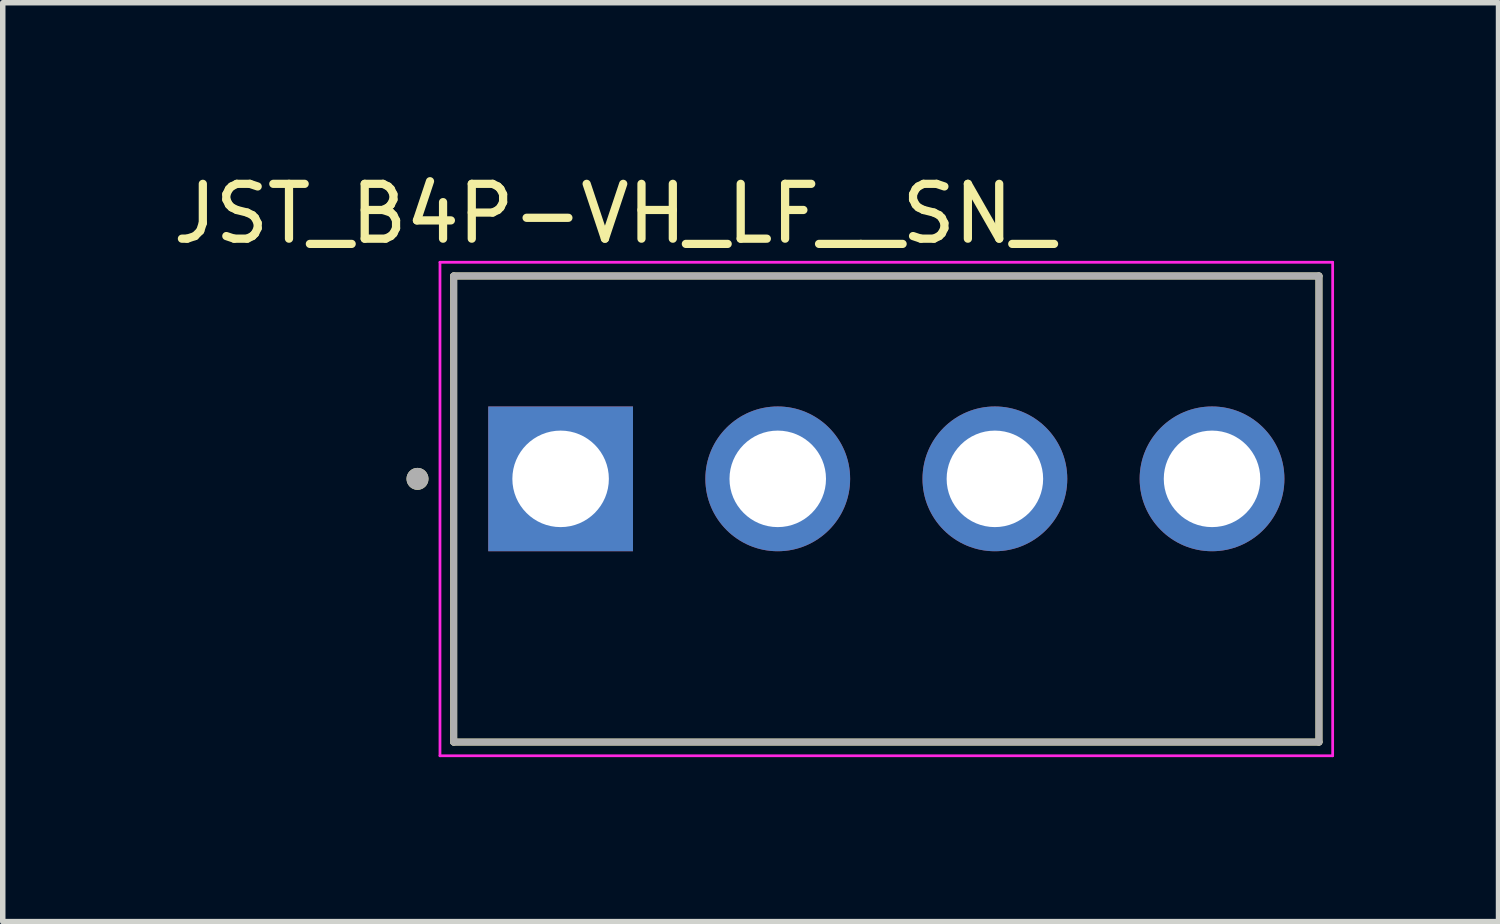
<source format=kicad_pcb>
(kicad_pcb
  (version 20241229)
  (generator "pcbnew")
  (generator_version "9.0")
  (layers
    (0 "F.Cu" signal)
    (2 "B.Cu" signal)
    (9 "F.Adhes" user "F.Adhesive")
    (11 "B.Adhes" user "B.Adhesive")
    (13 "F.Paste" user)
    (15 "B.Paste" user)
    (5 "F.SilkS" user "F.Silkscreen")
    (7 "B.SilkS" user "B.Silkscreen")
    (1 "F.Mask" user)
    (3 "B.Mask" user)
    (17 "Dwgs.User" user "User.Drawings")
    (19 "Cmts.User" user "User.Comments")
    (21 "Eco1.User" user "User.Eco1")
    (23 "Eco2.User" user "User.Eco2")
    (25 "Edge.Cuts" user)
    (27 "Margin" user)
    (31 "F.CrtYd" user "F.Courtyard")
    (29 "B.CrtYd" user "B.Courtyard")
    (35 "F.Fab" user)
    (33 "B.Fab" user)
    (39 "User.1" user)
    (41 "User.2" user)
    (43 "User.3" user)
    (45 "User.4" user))
  (footprint "JST_B4P-VH_LF__SN_"
    (layer "F.Cu")
    (at 13.114 5.683)
    (property "Reference" "JST_B4P-VH_LF__SN_" (at -4.965 -4.835 0) (layer "F.SilkS") (effects (font (size 1 1) (thickness 0.15))))
    (attr through_hole)
    (fp_line (start -7.89 -3.7) (end 7.89 -3.7) (stroke (width 0.127) (type solid)) (layer "F.SilkS"))
    (fp_line (start -7.89 4.8) (end -7.89 -3.7) (stroke (width 0.127) (type solid)) (layer "F.SilkS"))
    (fp_line (start 7.89 -3.7) (end 7.89 4.8) (stroke (width 0.127) (type solid)) (layer "F.SilkS"))
    (fp_line (start 7.89 4.8) (end -7.89 4.8) (stroke (width 0.127) (type solid)) (layer "F.SilkS"))
    (fp_circle (center -8.55 0) (end -8.45 0) (stroke (width 0.2) (type solid)) (fill no) (layer "F.SilkS"))
    (fp_line (start -8.14 -3.95) (end 8.14 -3.95) (stroke (width 0.05) (type solid)) (layer "F.CrtYd"))
    (fp_line (start -8.14 5.05) (end -8.14 -3.95) (stroke (width 0.05) (type solid)) (layer "F.CrtYd"))
    (fp_line (start 8.14 -3.95) (end 8.14 5.05) (stroke (width 0.05) (type solid)) (layer "F.CrtYd"))
    (fp_line (start 8.14 5.05) (end -8.14 5.05) (stroke (width 0.05) (type solid)) (layer "F.CrtYd"))
    (fp_line (start -7.89 -3.7) (end -7.89 4.8) (stroke (width 0.127) (type solid)) (layer "F.Fab"))
    (fp_line (start -7.89 4.8) (end 7.89 4.8) (stroke (width 0.127) (type solid)) (layer "F.Fab"))
    (fp_line (start 7.89 -3.7) (end -7.89 -3.7) (stroke (width 0.127) (type solid)) (layer "F.Fab"))
    (fp_line (start 7.89 4.8) (end 7.89 -3.7) (stroke (width 0.127) (type solid)) (layer "F.Fab"))
    (fp_circle (center -8.55 0) (end -8.45 0) (stroke (width 0.2) (type solid)) (fill no) (layer "F.Fab"))
    (pad "1" thru_hole rect (at -5.94 0) (size 2.64 2.64) (drill 1.76) (layers "*.Cu" "*.Mask"))
    (pad "2" thru_hole circle (at -1.98 0) (size 2.64 2.64) (drill 1.76) (layers "*.Cu" "*.Mask"))
    (pad "3" thru_hole circle (at 1.98 0) (size 2.64 2.64) (drill 1.76) (layers "*.Cu" "*.Mask"))
    (pad "4" thru_hole circle (at 5.94 0) (size 2.64 2.64) (drill 1.76) (layers "*.Cu" "*.Mask")))
  (gr_rect
    (start -3 -3)
    (end 24.279 13.758)
    (stroke (width 0.1) (type default))
    (fill no)
    (layer "Edge.Cuts")))
</source>
